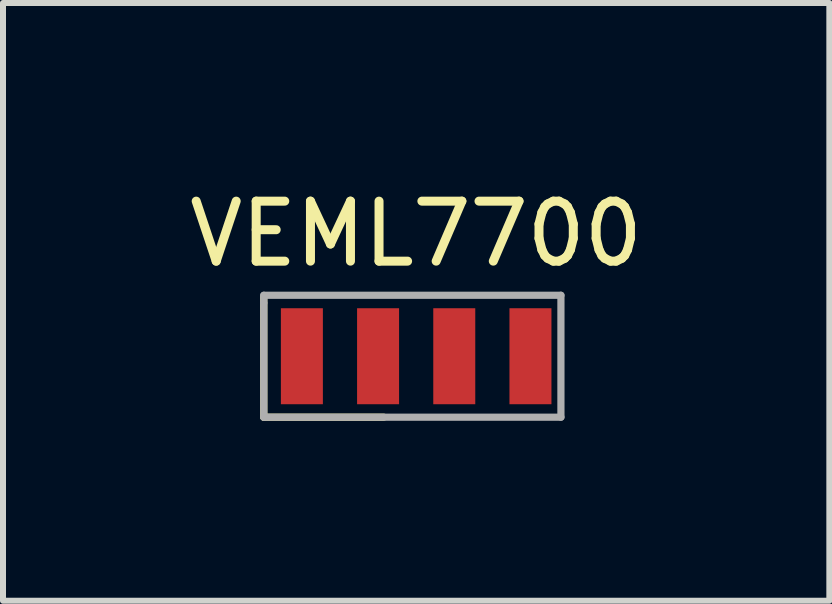
<source format=kicad_pcb>
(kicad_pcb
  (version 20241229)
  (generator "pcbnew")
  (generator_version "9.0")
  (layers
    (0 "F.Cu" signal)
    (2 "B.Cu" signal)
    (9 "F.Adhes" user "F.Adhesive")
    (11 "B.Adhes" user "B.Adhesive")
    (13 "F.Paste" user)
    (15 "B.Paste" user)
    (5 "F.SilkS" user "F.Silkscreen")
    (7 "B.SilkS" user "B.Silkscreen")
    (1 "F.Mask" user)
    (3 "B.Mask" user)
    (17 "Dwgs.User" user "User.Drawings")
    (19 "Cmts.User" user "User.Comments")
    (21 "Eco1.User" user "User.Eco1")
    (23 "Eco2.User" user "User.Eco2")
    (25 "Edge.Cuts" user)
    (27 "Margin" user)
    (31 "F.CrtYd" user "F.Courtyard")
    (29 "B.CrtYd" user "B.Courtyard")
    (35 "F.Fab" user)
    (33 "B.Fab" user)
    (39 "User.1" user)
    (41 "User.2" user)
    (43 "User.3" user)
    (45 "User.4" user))
  (footprint "VEML7700"
    (layer "F.Cu")
    (at 3.887 2.888)
    (property "Reference" "VEML7700" (at 0 -2.04 0) (layer "F.SilkS") (effects (font (size 1 1) (thickness 0.15))))
    (attr through_hole)
    (fp_line (start -2.54 -0.984) (end -2.54 1.016) (stroke (width 0.12) (type solid)) (layer "F.SilkS"))
    (fp_line (start -2.54 1.016) (end -0.54 1.016) (stroke (width 0.12) (type solid)) (layer "F.SilkS"))
    (fp_line (start -2.54 -1.016) (end -2.54 -0.889) (stroke (width 0.12) (type solid)) (layer "F.Fab"))
    (fp_line (start -2.54 -0.889) (end -2.54 1.016) (stroke (width 0.12) (type solid)) (layer "F.Fab"))
    (fp_line (start -2.54 1.016) (end 2.413 1.016) (stroke (width 0.12) (type solid)) (layer "F.Fab"))
    (fp_line (start 2.413 -1.016) (end -2.54 -1.016) (stroke (width 0.12) (type solid)) (layer "F.Fab"))
    (fp_line (start 2.413 1.016) (end 2.413 -1.016) (stroke (width 0.12) (type solid)) (layer "F.Fab"))
    (pad "1" smd rect (at -1.905 0) (size 0.7 1.6) (layers "F.Cu" "F.Mask" "F.Paste"))
    (pad "2" smd rect (at -0.635 0) (size 0.7 1.6) (layers "F.Cu" "F.Mask" "F.Paste"))
    (pad "3" smd rect (at 0.635 0) (size 0.7 1.6) (layers "F.Cu" "F.Mask" "F.Paste"))
    (pad "4" smd rect (at 1.905 0) (size 0.7 1.6) (layers "F.Cu" "F.Mask" "F.Paste")))
  (gr_rect
    (start -3 -3)
    (end 10.774 6.964)
    (stroke (width 0.1) (type default))
    (fill no)
    (layer "Edge.Cuts")))
</source>
